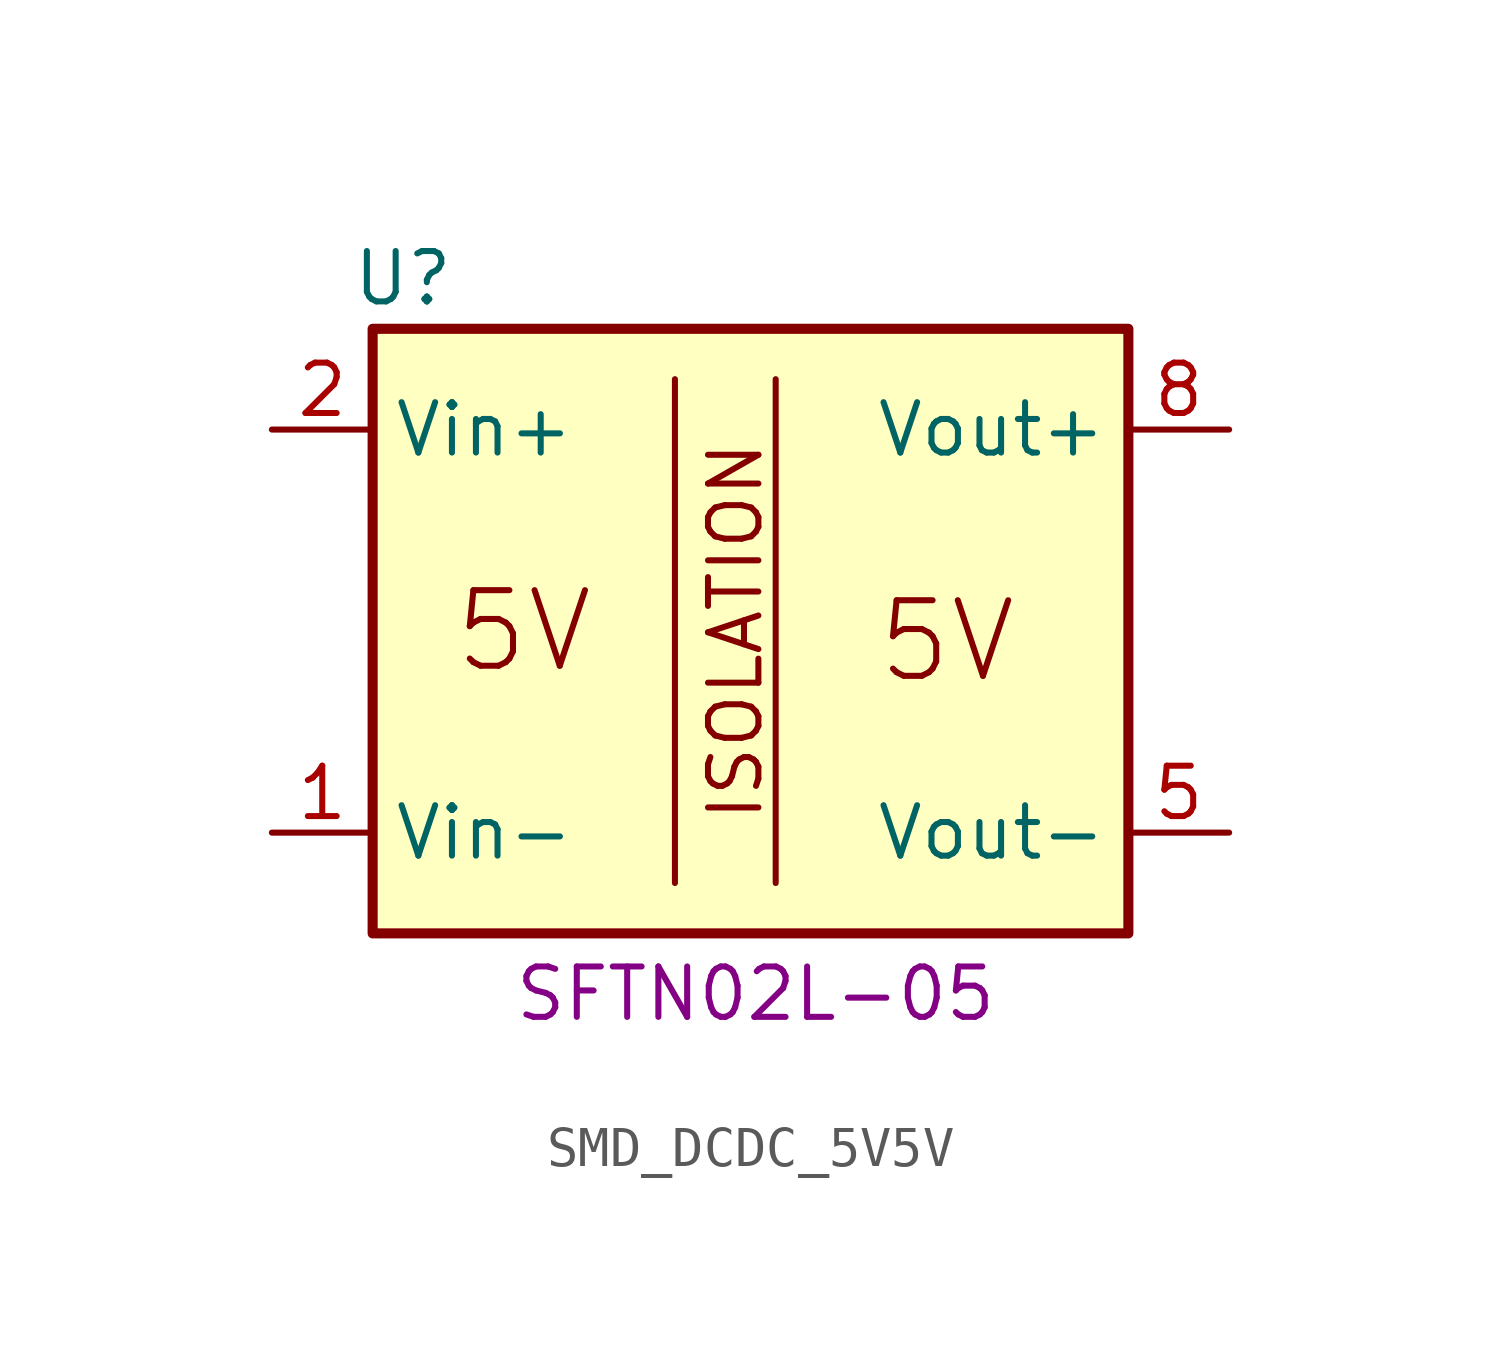
<source format=kicad_sym>
(kicad_symbol_lib
  (version 20241209)
  (generator "kicad_symbol_editor")
  (generator_version "9.0")
  (symbol "SMD_DCDC_5V5V"
    (property "Reference" "U"
      (at 0.762 1.27 0)
      (effects (font (size 1.27 1.27))))
    (property "Value" ""
      (at 0 0 0)
      (effects (font (size 1.27 1.27))))
    (property "MPN_MOUSER" "SFTN02L-05"
      (at 9.652 -16.764 0)
      (effects (font (size 1.27 1.27))))
    (symbol "SMD_DCDC_5V5V_0_1"
      (polyline (pts (xy 7.62 -1.27) (xy 7.62 -13.97)) (stroke (width 0) (type default)) (fill (type none)))
      (polyline (pts (xy 10.16 -1.27) (xy 10.16 -13.97)) (stroke (width 0) (type default)) (fill (type none))))
    (symbol "SMD_DCDC_5V5V_1_1"
      (rectangle (start 0 0) (end 19.05 -15.24) (stroke (width 0.254) (type solid)) (fill (type background)))
      (text "5V" (at 3.81 -7.62 0) (effects (font (size 1.905 1.905))))
      (text "ISOLATION" (at 9.144 -7.62 900) (effects (font (size 1.27 1.27))))
      (text "5V" (at 14.478 -7.874 0) (effects (font (size 1.905 1.905))))
      (pin power_in line (at -2.54 -2.54 0) (length 2.54) (name "Vin+" (effects (font (size 1.27 1.27)))) (number "2" (effects (font (size 1.27 1.27)))))
      (pin no_connect line (at -2.54 -5.08 0) (length 2.54) (hide yes) (name "NC" (effects (font (size 1.27 1.27)))) (number "3" (effects (font (size 1.27 1.27)))))
      (pin no_connect line (at -2.54 -7.62 0) (length 2.54) (hide yes) (name "NC" (effects (font (size 1.27 1.27)))) (number "6" (effects (font (size 1.27 1.27)))))
      (pin no_connect line (at -2.54 -10.16 0) (length 2.54) (hide yes) (name "NC" (effects (font (size 1.27 1.27)))) (number "7" (effects (font (size 1.27 1.27)))))
      (pin power_in line (at -2.54 -12.7 0) (length 2.54) (name "Vin-" (effects (font (size 1.27 1.27)))) (number "1" (effects (font (size 1.27 1.27)))))
      (pin power_out line (at 21.59 -2.54 180) (length 2.54) (name "Vout+" (effects (font (size 1.27 1.27)))) (number "8" (effects (font (size 1.27 1.27)))))
      (pin no_connect line (at 21.59 -5.08 180) (length 2.54) (hide yes) (name "NC" (effects (font (size 1.27 1.27)))) (number "12" (effects (font (size 1.27 1.27)))))
      (pin no_connect line (at 21.59 -7.62 180) (length 2.54) (hide yes) (name "NC" (effects (font (size 1.27 1.27)))) (number "11" (effects (font (size 1.27 1.27)))))
      (pin no_connect line (at 21.59 -10.16 180) (length 2.54) (hide yes) (name "NC" (effects (font (size 1.27 1.27)))) (number "10" (effects (font (size 1.27 1.27)))))
      (pin power_out line (at 21.59 -12.7 180) (length 2.54) (name "Vout-" (effects (font (size 1.27 1.27)))) (number "5" (effects (font (size 1.27 1.27))))))))
</source>
